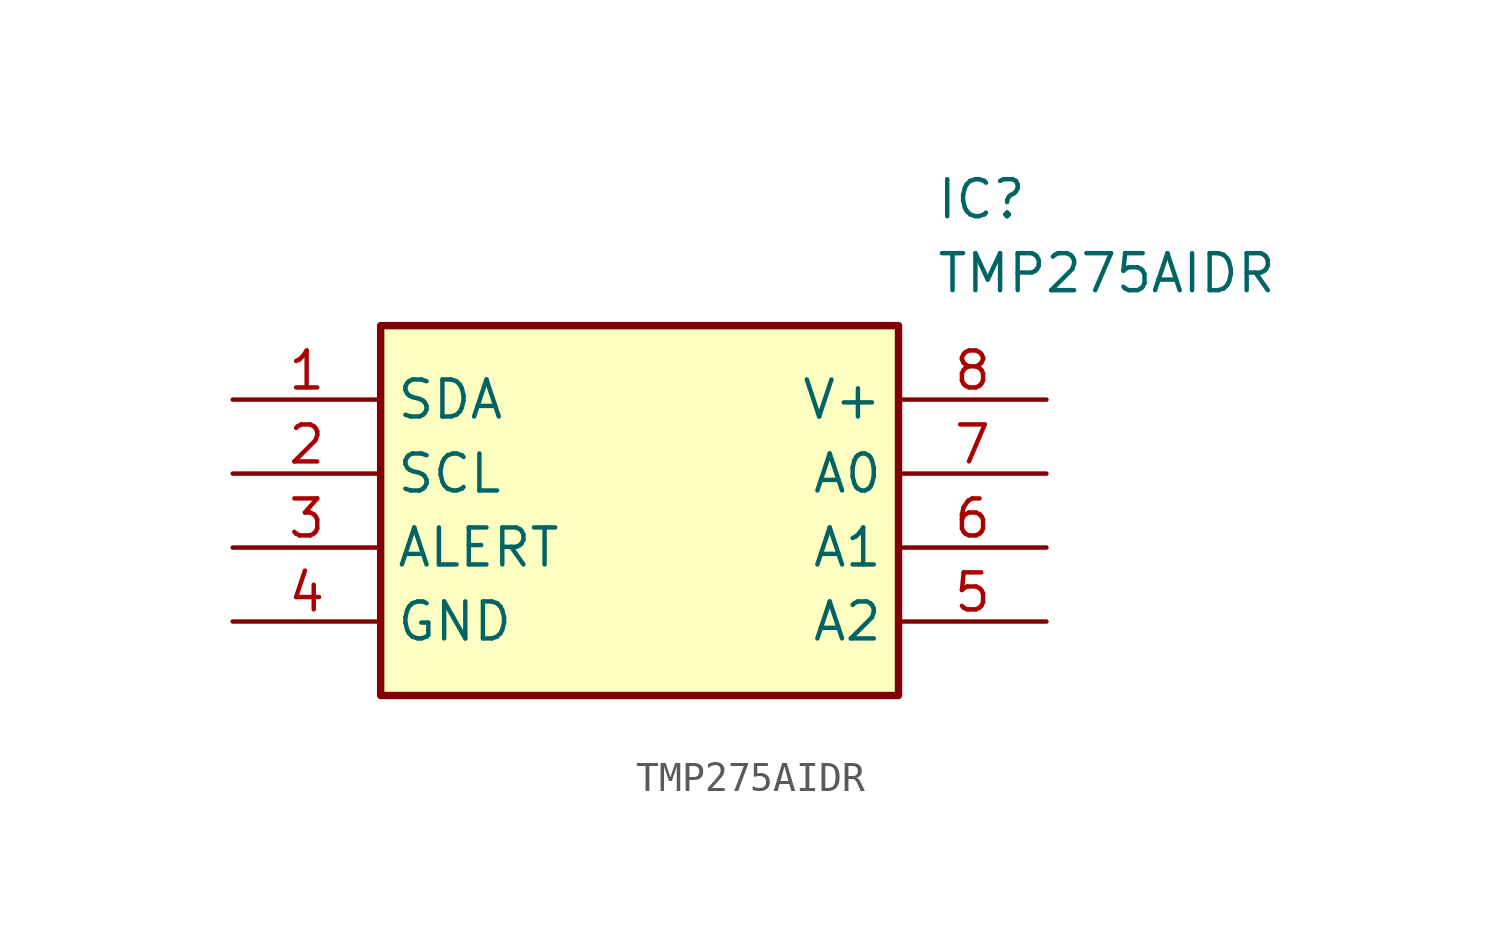
<source format=kicad_sym>
(kicad_symbol_lib
  (version 20211014)
  (generator SamacSys_ECAD_Model)
  (symbol "TMP275AIDR"
    (property "Reference" "IC"
      (at 24.13 7.62 0)
      (effects (font (size 1.27 1.27)) (justify left top)))
    (property "Value" "TMP275AIDR"
      (at 24.13 5.08 0)
      (effects (font (size 1.27 1.27)) (justify left top)))
    (rectangle
      (start 5.08 2.54)
      (end 22.86 -10.16)
      (stroke (width 0.254) (type default))
      (fill (type background)))
    (pin passive line
      (at 0 0 0)
      (length 5.08)
      (name "SDA" (effects (font (size 1.27 1.27))))
      (number "1" (effects (font (size 1.27 1.27)))))
    (pin passive line
      (at 0 -2.54 0)
      (length 5.08)
      (name "SCL" (effects (font (size 1.27 1.27))))
      (number "2" (effects (font (size 1.27 1.27)))))
    (pin passive line
      (at 0 -5.08 0)
      (length 5.08)
      (name "ALERT" (effects (font (size 1.27 1.27))))
      (number "3" (effects (font (size 1.27 1.27)))))
    (pin passive line
      (at 0 -7.62 0)
      (length 5.08)
      (name "GND" (effects (font (size 1.27 1.27))))
      (number "4" (effects (font (size 1.27 1.27)))))
    (pin passive line
      (at 27.94 0 180)
      (length 5.08)
      (name "V+" (effects (font (size 1.27 1.27))))
      (number "8" (effects (font (size 1.27 1.27)))))
    (pin passive line
      (at 27.94 -2.54 180)
      (length 5.08)
      (name "A0" (effects (font (size 1.27 1.27))))
      (number "7" (effects (font (size 1.27 1.27)))))
    (pin passive line
      (at 27.94 -5.08 180)
      (length 5.08)
      (name "A1" (effects (font (size 1.27 1.27))))
      (number "6" (effects (font (size 1.27 1.27)))))
    (pin passive line
      (at 27.94 -7.62 180)
      (length 5.08)
      (name "A2" (effects (font (size 1.27 1.27))))
      (number "5" (effects (font (size 1.27 1.27)))))))
</source>
